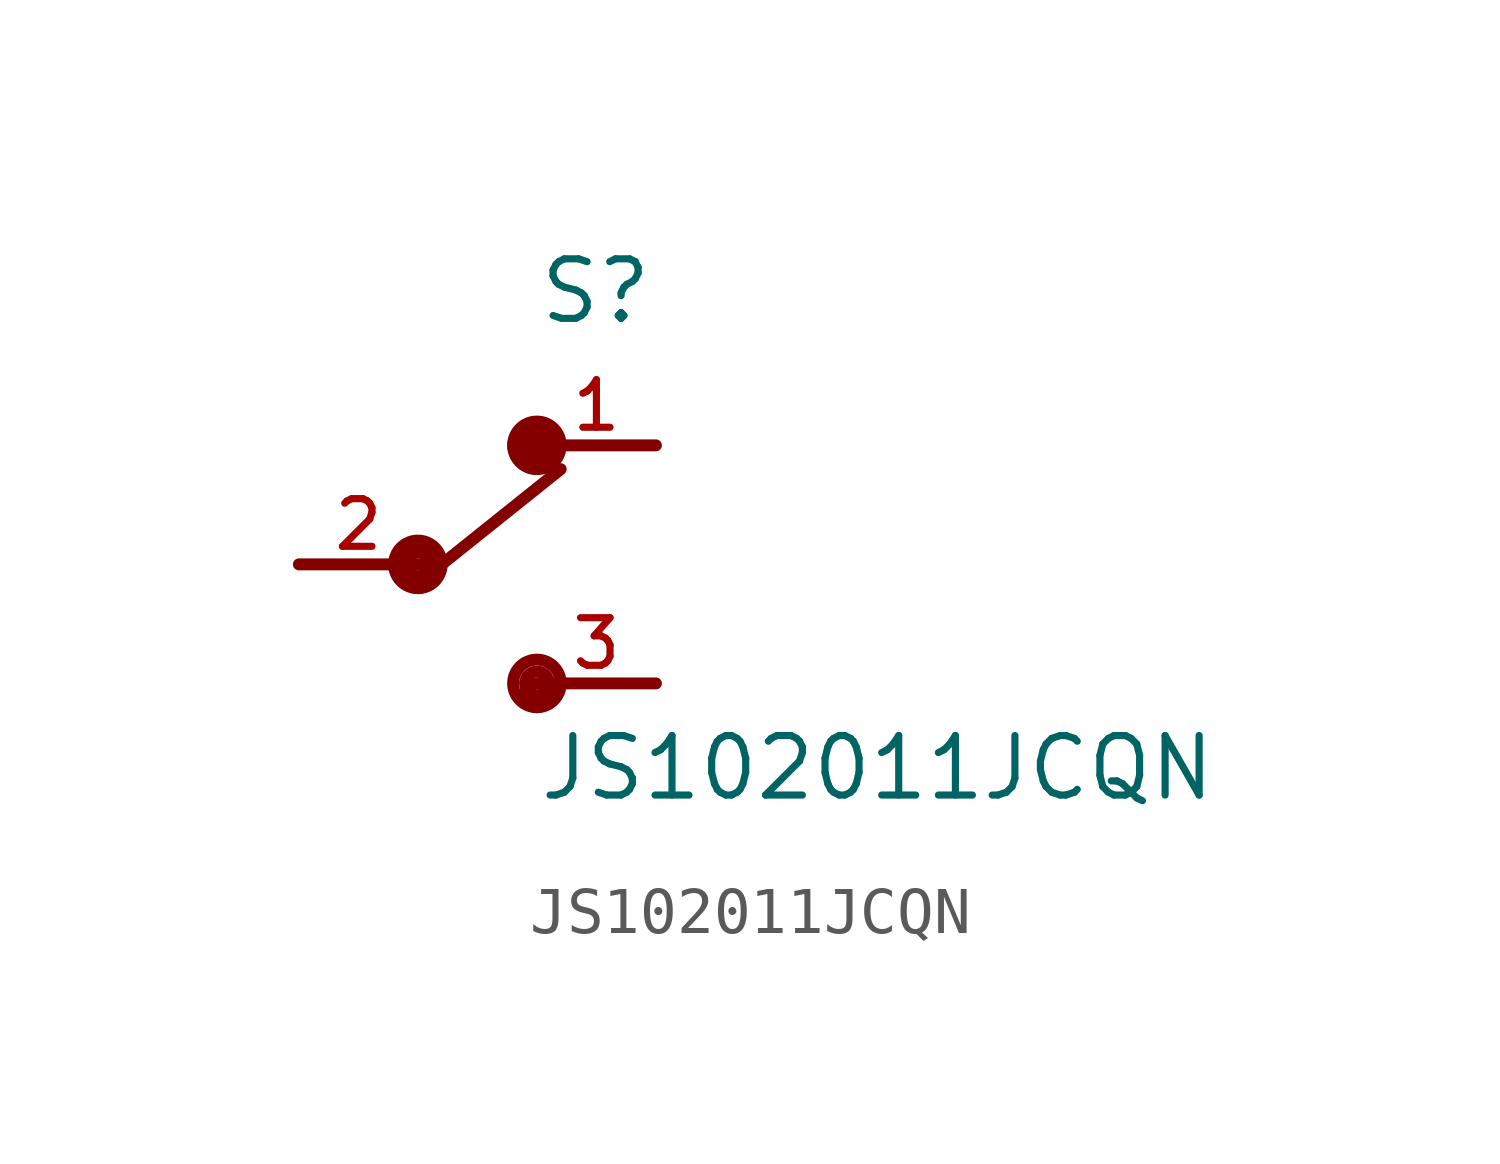
<source format=kicad_sym>
(kicad_symbol_lib
  (version 20211014)
  (generator kicad_symbol_editor)
  (symbol "JS102011JCQN"
    (pin_names
      (offset 1.016))
    (property "Reference" "S"
      (at 0.003 5.087 0)
      (effects (font (size 1.27 1.27)) (justify bottom left)))
    (property "Value" "JS102011JCQN"
      (at 0.001 -5.086 0)
      (effects (font (size 1.27 1.27)) (justify bottom left)))
    (symbol "JS102011JCQN_0_0"
      (polyline (pts (xy 0.0 2.54) (xy 2.54 2.54)) (stroke (width 0.254)))
      (polyline (pts (xy 0.0 -2.54) (xy 2.54 -2.54)) (stroke (width 0.254)))
      (circle (center 0.0 2.54) (radius 0.508) (stroke (width 0.254)) (fill (type none)))
      (circle (center -2.54 0.0) (radius 0.508) (stroke (width 0.254)) (fill (type none)))
      (circle (center 0.0 -2.54) (radius 0.508) (stroke (width 0.254)) (fill (type none)))
      (polyline (pts (xy -2.032 0.0) (xy 0.508 2.032)) (stroke (width 0.254)))
      (circle (center -2.54 0.0) (radius 0.359) (stroke (width 0.254)) (fill (type none)))
      (circle (center -2.54 0.0) (radius 0.254) (stroke (width 0.254)) (fill (type none)))
      (circle (center -2.54 -0.254) (radius 0.254) (stroke (width 0.254)) (fill (type none)))
      (circle (center 0.0 2.54) (radius 0.359) (stroke (width 0.254)) (fill (type none)))
      (circle (center 0.0 2.54) (radius 0.254) (stroke (width 0.254)) (fill (type none)))
      (circle (center 0.0 2.54) (radius 0.359) (stroke (width 0.254)) (fill (type none)))
      (circle (center -0.254 2.54) (radius 0.254) (stroke (width 0.254)) (fill (type none)))
      (circle (center 0.0 -2.54) (radius 0.254) (stroke (width 0.254)) (fill (type none)))
      (circle (center 0.0 -2.794) (radius 0.254) (stroke (width 0.254)) (fill (type none)))
      (polyline (pts (xy -5.08 0.0) (xy -2.54 0.0)) (stroke (width 0.254)))
      (pin passive line (at 2.54 -2.54 180.0) (length 2.54) (name "~" (effects (font (size 1.016 1.016)))) (number "3" (effects (font (size 1.016 1.016)))))
      (pin passive line (at 2.54 2.54 180.0) (length 2.54) (name "~" (effects (font (size 1.016 1.016)))) (number "1" (effects (font (size 1.016 1.016)))))
      (pin passive line (at -5.08 0.0 0) (length 2.54) (name "~" (effects (font (size 1.016 1.016)))) (number "2" (effects (font (size 1.016 1.016))))))))
</source>
